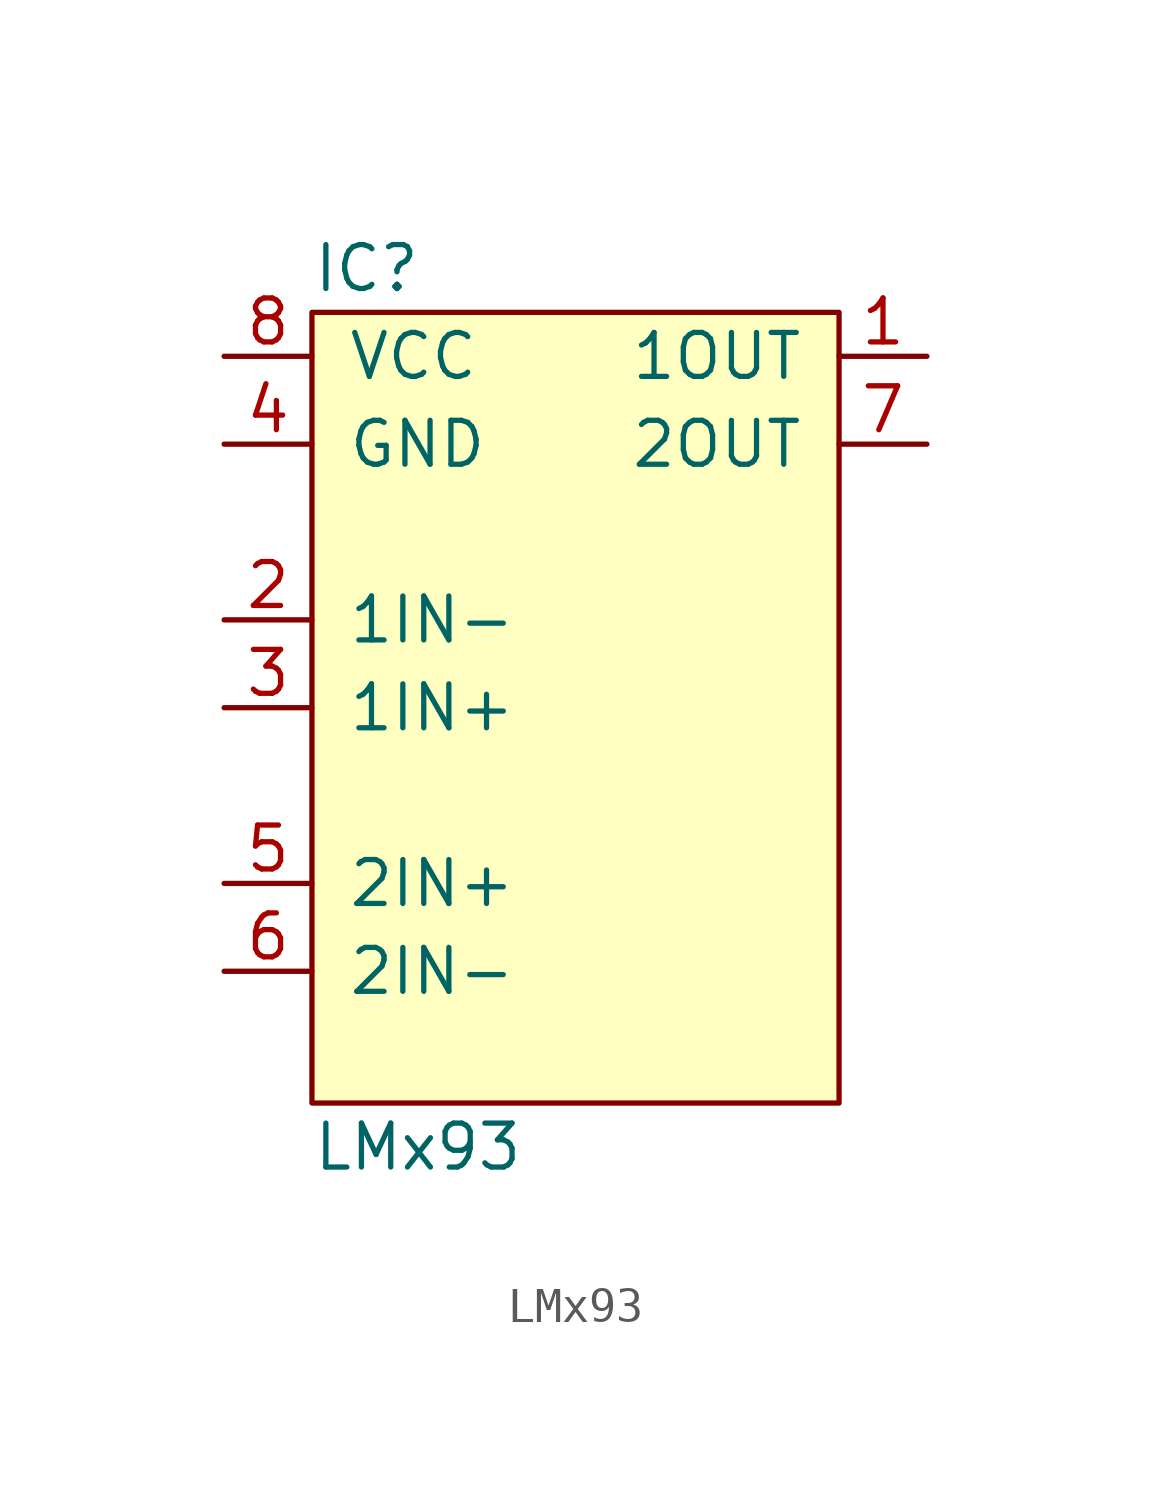
<source format=kicad_sym>
(kicad_symbol_lib
  (version 20211014)
  (generator agg_kicad.build_lib_ic)
  (symbol "LMx93"
    (pin_names
      (offset 1.016))
    (property Reference IC
      (at -7.62 12.7 0)
      (effects (font (size 1.27 1.27)) (justify left)))
    (property Value "LMx93"
      (at -7.62 -12.7 0)
      (effects (font (size 1.27 1.27)) (justify left)))
    (symbol "LMx93_0_0"
      (rectangle (start -7.62 11.43) (end 7.62 -11.43) (stroke (width 0) (type default) (color 0 0 0 0)) (fill (type background)))
      (pin power_in line (at -10.16 10.16 0) (length 2.54) (name VCC (effects (font (size 1.27 1.27)))) (number "8" (effects (font (size 1.27 1.27)))))
      (pin power_in line (at -10.16 7.62 0) (length 2.54) (name GND (effects (font (size 1.27 1.27)))) (number "4" (effects (font (size 1.27 1.27)))))
      (pin input line (at -10.16 2.54 0) (length 2.54) (name "1IN-" (effects (font (size 1.27 1.27)))) (number "2" (effects (font (size 1.27 1.27)))))
      (pin input line (at -10.16 0 0) (length 2.54) (name "1IN+" (effects (font (size 1.27 1.27)))) (number "3" (effects (font (size 1.27 1.27)))))
      (pin input line (at -10.16 -5.08 0) (length 2.54) (name "2IN+" (effects (font (size 1.27 1.27)))) (number "5" (effects (font (size 1.27 1.27)))))
      (pin input line (at -10.16 -7.62 0) (length 2.54) (name "2IN-" (effects (font (size 1.27 1.27)))) (number "6" (effects (font (size 1.27 1.27)))))
      (pin output line (at 10.16 10.16 180) (length 2.54) (name "1OUT" (effects (font (size 1.27 1.27)))) (number "1" (effects (font (size 1.27 1.27)))))
      (pin output line (at 10.16 7.62 180) (length 2.54) (name "2OUT" (effects (font (size 1.27 1.27)))) (number "7" (effects (font (size 1.27 1.27))))))))
</source>
